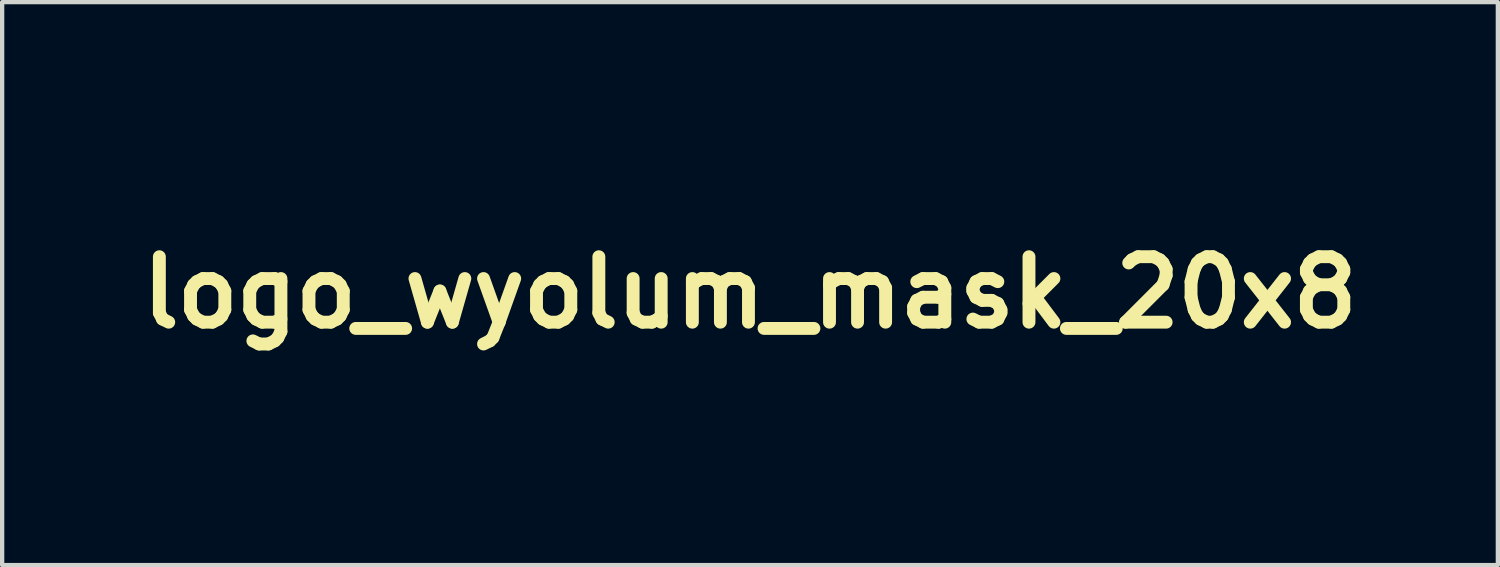
<source format=kicad_pcb>
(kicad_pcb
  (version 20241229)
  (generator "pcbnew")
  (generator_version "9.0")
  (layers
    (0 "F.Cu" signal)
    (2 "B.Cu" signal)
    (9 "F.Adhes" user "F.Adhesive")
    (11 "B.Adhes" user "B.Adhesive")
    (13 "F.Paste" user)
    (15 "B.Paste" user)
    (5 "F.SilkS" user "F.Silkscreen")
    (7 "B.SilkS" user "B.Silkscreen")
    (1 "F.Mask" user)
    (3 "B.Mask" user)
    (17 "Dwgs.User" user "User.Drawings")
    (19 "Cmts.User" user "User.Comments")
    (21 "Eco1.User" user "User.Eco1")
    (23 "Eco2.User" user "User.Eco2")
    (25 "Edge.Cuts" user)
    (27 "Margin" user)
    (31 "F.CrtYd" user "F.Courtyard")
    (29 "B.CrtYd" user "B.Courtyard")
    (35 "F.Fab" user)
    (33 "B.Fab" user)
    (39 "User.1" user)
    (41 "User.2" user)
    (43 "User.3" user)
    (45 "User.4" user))
  (footprint "logo_wyolum_mask_20x8"
    (layer "F.Cu")
    (at 14.413 3.762)
    (property "Reference" "logo_wyolum_mask_20x8" (at 0 0 0) (layer "F.SilkS") (effects (font (size 1.524 1.524) (thickness 0.3))))
    (attr through_hole)
    (fp_poly (pts (xy -2.095 -0.9) (xy -2.106 -0.889) (xy -2.117 -0.9) (xy -2.106 -0.91) (xy -2.095 -0.9)) (stroke (width 0.01) (type solid)) (fill yes) (layer "F.Mask"))
    (fp_poly (pts (xy -1.99 -0.815) (xy -2 -0.804) (xy -2.011 -0.815) (xy -2 -0.826) (xy -1.99 -0.815)) (stroke (width 0.01) (type solid)) (fill yes) (layer "F.Mask"))
    (fp_poly (pts (xy -1.926 -0.794) (xy -1.937 -0.783) (xy -1.947 -0.794) (xy -1.937 -0.804) (xy -1.926 -0.794)) (stroke (width 0.01) (type solid)) (fill yes) (layer "F.Mask"))
    (fp_poly (pts (xy -1.312 -0.794) (xy -1.323 -0.783) (xy -1.333 -0.794) (xy -1.323 -0.804) (xy -1.312 -0.794)) (stroke (width 0.01) (type solid)) (fill yes) (layer "F.Mask"))
    (fp_poly (pts (xy -1.249 -0.815) (xy -1.259 -0.804) (xy -1.27 -0.815) (xy -1.259 -0.826) (xy -1.249 -0.815)) (stroke (width 0.01) (type solid)) (fill yes) (layer "F.Mask"))
    (fp_poly (pts (xy -1.827 -0.776) (xy -1.83 -0.764) (xy -1.841 -0.762) (xy -1.859 -0.77) (xy -1.856 -0.776) (xy -1.83 -0.779) (xy -1.827 -0.776)) (stroke (width 0.01) (type solid)) (fill yes) (layer "F.Mask"))
    (fp_poly (pts (xy -1.616 -0.755) (xy -1.619 -0.742) (xy -1.63 -0.741) (xy -1.647 -0.749) (xy -1.644 -0.755) (xy -1.619 -0.757) (xy -1.616 -0.755)) (stroke (width 0.01) (type solid)) (fill yes) (layer "F.Mask"))
    (fp_poly (pts (xy -1.403 -0.775) (xy -1.409 -0.765) (xy -1.431 -0.764) (xy -1.453 -0.769) (xy -1.443 -0.776) (xy -1.41 -0.779) (xy -1.403 -0.775)) (stroke (width 0.01) (type solid)) (fill yes) (layer "F.Mask"))
    (fp_poly (pts (xy -1.15 -0.945) (xy -1.148 -0.92) (xy -1.15 -0.917) (xy -1.163 -0.92) (xy -1.164 -0.931) (xy -1.156 -0.949) (xy -1.15 -0.945)) (stroke (width 0.01) (type solid)) (fill yes) (layer "F.Mask"))
    (fp_poly (pts (xy -2.056 -0.859) (xy -2.034 -0.838) (xy -2.038 -0.826) (xy -2.041 -0.826) (xy -2.059 -0.841) (xy -2.066 -0.85) (xy -2.068 -0.864) (xy -2.056 -0.859)) (stroke (width 0.01) (type solid)) (fill yes) (layer "F.Mask"))
    (fp_poly (pts (xy 9.517 -2.661) (xy 9.51 -2.644) (xy 9.484 -2.626) (xy 9.449 -2.613) (xy 9.44 -2.625) (xy 9.457 -2.65) (xy 9.49 -2.665) (xy 9.517 -2.661)) (stroke (width 0.01) (type solid)) (fill yes) (layer "F.Mask"))
    (fp_poly (pts (xy -1.171 -0.878) (xy -1.183 -0.863) (xy -1.214 -0.83) (xy -1.227 -0.83) (xy -1.228 -0.833) (xy -1.213 -0.851) (xy -1.191 -0.871) (xy -1.166 -0.889) (xy -1.171 -0.878)) (stroke (width 0.01) (type solid)) (fill yes) (layer "F.Mask"))
    (fp_poly (pts (xy 5.241 -2.023) (xy 5.249 -2.011) (xy 5.232 -1.992) (xy 5.219 -1.99) (xy 5.183 -2.003) (xy 5.175 -2.011) (xy 5.182 -2.027) (xy 5.206 -2.032) (xy 5.241 -2.023)) (stroke (width 0.01) (type solid)) (fill yes) (layer "F.Mask"))
    (fp_poly (pts (xy 5.443 -1.786) (xy 5.45 -1.778) (xy 5.444 -1.761) (xy 5.42 -1.757) (xy 5.385 -1.765) (xy 5.376 -1.778) (xy 5.393 -1.797) (xy 5.407 -1.799) (xy 5.443 -1.786)) (stroke (width 0.01) (type solid)) (fill yes) (layer "F.Mask"))
    (fp_poly (pts (xy 5.702 -1.796) (xy 5.703 -1.776) (xy 5.672 -1.758) (xy 5.634 -1.764) (xy 5.621 -1.776) (xy 5.626 -1.799) (xy 5.636 -1.804) (xy 5.674 -1.808) (xy 5.702 -1.796)) (stroke (width 0.01) (type solid)) (fill yes) (layer "F.Mask"))
    (fp_poly (pts (xy 5.782 -1.49) (xy 5.789 -1.482) (xy 5.783 -1.465) (xy 5.759 -1.46) (xy 5.724 -1.469) (xy 5.715 -1.482) (xy 5.732 -1.501) (xy 5.746 -1.503) (xy 5.782 -1.49)) (stroke (width 0.01) (type solid)) (fill yes) (layer "F.Mask"))
    (fp_poly (pts (xy 6.057 -1.151) (xy 6.064 -1.143) (xy 6.058 -1.126) (xy 6.034 -1.122) (xy 5.999 -1.13) (xy 5.99 -1.143) (xy 6.007 -1.162) (xy 6.021 -1.164) (xy 6.057 -1.151)) (stroke (width 0.01) (type solid)) (fill yes) (layer "F.Mask"))
    (fp_poly (pts (xy 6.617 -1.156) (xy 6.625 -1.143) (xy 6.608 -1.124) (xy 6.595 -1.122) (xy 6.559 -1.135) (xy 6.551 -1.143) (xy 6.558 -1.16) (xy 6.582 -1.164) (xy 6.617 -1.156)) (stroke (width 0.01) (type solid)) (fill yes) (layer "F.Mask"))
    (fp_poly (pts (xy 6.993 -0.335) (xy 6.994 -0.316) (xy 6.963 -0.298) (xy 6.925 -0.303) (xy 6.912 -0.315) (xy 6.917 -0.338) (xy 6.927 -0.344) (xy 6.965 -0.348) (xy 6.993 -0.335)) (stroke (width 0.01) (type solid)) (fill yes) (layer "F.Mask"))
    (fp_poly (pts (xy 7.31 -0.018) (xy 7.312 0.002) (xy 7.286 0.02) (xy 7.246 0.005) (xy 7.243 0.003) (xy 7.225 -0.014) (xy 7.243 -0.026) (xy 7.282 -0.03) (xy 7.31 -0.018)) (stroke (width 0.01) (type solid)) (fill yes) (layer "F.Mask"))
    (fp_poly (pts (xy 7.717 0.199) (xy 7.726 0.212) (xy 7.709 0.231) (xy 7.695 0.233) (xy 7.659 0.22) (xy 7.652 0.212) (xy 7.658 0.195) (xy 7.682 0.191) (xy 7.717 0.199)) (stroke (width 0.01) (type solid)) (fill yes) (layer "F.Mask"))
    (fp_poly (pts (xy 7.898 -0.135) (xy 7.906 -0.127) (xy 7.899 -0.11) (xy 7.875 -0.106) (xy 7.84 -0.114) (xy 7.832 -0.127) (xy 7.849 -0.146) (xy 7.862 -0.148) (xy 7.898 -0.135)) (stroke (width 0.01) (type solid)) (fill yes) (layer "F.Mask"))
    (fp_poly (pts (xy 7.93 0.072) (xy 7.938 0.085) (xy 7.92 0.102) (xy 7.895 0.106) (xy 7.861 0.097) (xy 7.853 0.085) (xy 7.871 0.067) (xy 7.895 0.064) (xy 7.93 0.072)) (stroke (width 0.01) (type solid)) (fill yes) (layer "F.Mask"))
    (fp_poly (pts (xy 8.818 -0.461) (xy 8.822 -0.434) (xy 8.798 -0.41) (xy 8.768 -0.402) (xy 8.745 -0.405) (xy 8.752 -0.421) (xy 8.769 -0.438) (xy 8.801 -0.461) (xy 8.818 -0.461)) (stroke (width 0.01) (type solid)) (fill yes) (layer "F.Mask"))
    (fp_poly (pts (xy 9.056 -2.592) (xy 9.059 -2.582) (xy 9.042 -2.565) (xy 9.016 -2.561) (xy 8.986 -2.569) (xy 8.985 -2.582) (xy 9.016 -2.602) (xy 9.029 -2.603) (xy 9.056 -2.592)) (stroke (width 0.01) (type solid)) (fill yes) (layer "F.Mask"))
    (fp_poly (pts (xy 9.139 -2.955) (xy 9.139 -2.939) (xy 9.113 -2.911) (xy 9.092 -2.903) (xy 9.064 -2.908) (xy 9.064 -2.924) (xy 9.091 -2.952) (xy 9.111 -2.96) (xy 9.139 -2.955)) (stroke (width 0.01) (type solid)) (fill yes) (layer "F.Mask"))
    (fp_poly (pts (xy 9.299 -0.463) (xy 9.313 -0.447) (xy 9.296 -0.424) (xy 9.263 -0.412) (xy 9.242 -0.417) (xy 9.239 -0.443) (xy 9.241 -0.447) (xy 9.267 -0.463) (xy 9.299 -0.463)) (stroke (width 0.01) (type solid)) (fill yes) (layer "F.Mask"))
    (fp_poly (pts (xy 9.351 -3.412) (xy 9.356 -3.397) (xy 9.339 -3.369) (xy 9.324 -3.365) (xy 9.296 -3.376) (xy 9.292 -3.384) (xy 9.309 -3.408) (xy 9.324 -3.415) (xy 9.351 -3.412)) (stroke (width 0.01) (type solid)) (fill yes) (layer "F.Mask"))
    (fp_poly (pts (xy 9.437 -3.017) (xy 9.44 -3.008) (xy 9.423 -2.985) (xy 9.409 -2.977) (xy 9.381 -2.98) (xy 9.377 -2.996) (xy 9.394 -3.023) (xy 9.409 -3.027) (xy 9.437 -3.017)) (stroke (width 0.01) (type solid)) (fill yes) (layer "F.Mask"))
    (fp_poly (pts (xy 9.559 -2.275) (xy 9.557 -2.265) (xy 9.526 -2.246) (xy 9.512 -2.244) (xy 9.491 -2.254) (xy 9.493 -2.265) (xy 9.524 -2.284) (xy 9.538 -2.286) (xy 9.559 -2.275)) (stroke (width 0.01) (type solid)) (fill yes) (layer "F.Mask"))
    (fp_poly (pts (xy 9.672 -1.275) (xy 9.663 -1.25) (xy 9.632 -1.231) (xy 9.614 -1.228) (xy 9.591 -1.232) (xy 9.603 -1.247) (xy 9.619 -1.26) (xy 9.656 -1.281) (xy 9.672 -1.275)) (stroke (width 0.01) (type solid)) (fill yes) (layer "F.Mask"))
    (fp_poly (pts (xy 9.728 -0.667) (xy 9.726 -0.656) (xy 9.696 -0.637) (xy 9.681 -0.635) (xy 9.66 -0.646) (xy 9.663 -0.656) (xy 9.693 -0.675) (xy 9.707 -0.677) (xy 9.728 -0.667)) (stroke (width 0.01) (type solid)) (fill yes) (layer "F.Mask"))
    (fp_poly (pts (xy 9.831 -0.987) (xy 9.832 -0.974) (xy 9.801 -0.954) (xy 9.788 -0.953) (xy 9.761 -0.964) (xy 9.758 -0.974) (xy 9.776 -0.991) (xy 9.801 -0.995) (xy 9.831 -0.987)) (stroke (width 0.01) (type solid)) (fill yes) (layer "F.Mask"))
    (fp_poly (pts (xy 6.099 -1.487) (xy 6.105 -1.465) (xy 6.083 -1.452) (xy 6.048 -1.454) (xy 6.031 -1.461) (xy 6.015 -1.478) (xy 6.038 -1.493) (xy 6.04 -1.494) (xy 6.081 -1.496) (xy 6.099 -1.487)) (stroke (width 0.01) (type solid)) (fill yes) (layer "F.Mask"))
    (fp_poly (pts (xy 8.942 -2.182) (xy 8.934 -2.172) (xy 8.902 -2.144) (xy 8.878 -2.14) (xy 8.873 -2.161) (xy 8.874 -2.164) (xy 8.9 -2.19) (xy 8.923 -2.198) (xy 8.95 -2.2) (xy 8.942 -2.182)) (stroke (width 0.01) (type solid)) (fill yes) (layer "F.Mask"))
    (fp_poly (pts (xy -1.884 -1.866) (xy -1.872 -1.806) (xy -1.866 -1.74) (xy -1.866 -1.651) (xy -1.869 -1.551) (xy -1.876 -1.452) (xy -1.885 -1.364) (xy -1.895 -1.299) (xy -1.904 -1.272) (xy -1.921 -1.251) (xy -1.935 -1.267) (xy -1.941 -1.281) (xy -1.948 -1.321) (xy -1.953 -1.392) (xy -1.956 -1.484) (xy -1.956 -1.584) (xy -1.954 -1.683) (xy -1.95 -1.77) (xy -1.943 -1.832) (xy -1.94 -1.847) (xy -1.922 -1.894) (xy -1.902 -1.9) (xy -1.884 -1.866)) (stroke (width 0.01) (type solid)) (fill yes) (layer "F.Mask"))
    (fp_poly (pts (xy -7.599 0.845) (xy -7.611 0.915) (xy -7.636 1.02) (xy -7.674 1.159) (xy -7.682 1.187) (xy -7.733 1.356) (xy -7.784 1.517) (xy -7.833 1.664) (xy -7.877 1.792) (xy -7.917 1.896) (xy -7.948 1.97) (xy -7.97 2.009) (xy -7.972 2.011) (xy -7.993 2.028) (xy -7.997 2.015) (xy -7.99 1.979) (xy -7.968 1.888) (xy -7.937 1.776) (xy -7.901 1.647) (xy -7.859 1.509) (xy -7.816 1.368) (xy -7.771 1.23) (xy -7.729 1.102) (xy -7.69 0.99) (xy -7.657 0.901) (xy -7.632 0.84) (xy -7.619 0.816) (xy -7.602 0.811) (xy -7.599 0.845)) (stroke (width 0.01) (type solid)) (fill yes) (layer "F.Mask"))
    (fp_poly (pts (xy -3.452 1.456) (xy -3.46 1.492) (xy -3.477 1.547) (xy -3.509 1.629) (xy -3.553 1.732) (xy -3.605 1.851) (xy -3.663 1.978) (xy -3.724 2.108) (xy -3.785 2.234) (xy -3.842 2.35) (xy -3.894 2.451) (xy -3.937 2.529) (xy -3.968 2.579) (xy -3.981 2.594) (xy -3.996 2.593) (xy -3.99 2.559) (xy -3.965 2.486) (xy -3.926 2.388) (xy -3.877 2.272) (xy -3.821 2.144) (xy -3.76 2.01) (xy -3.699 1.878) (xy -3.638 1.753) (xy -3.583 1.642) (xy -3.535 1.552) (xy -3.499 1.488) (xy -3.478 1.46) (xy -3.456 1.443) (xy -3.452 1.456)) (stroke (width 0.01) (type solid)) (fill yes) (layer "F.Mask"))
    (fp_poly (pts (xy 7.285 0.785) (xy 7.297 0.832) (xy 7.311 0.917) (xy 7.325 1.037) (xy 7.336 1.145) (xy 7.345 1.262) (xy 7.352 1.387) (xy 7.357 1.515) (xy 7.36 1.639) (xy 7.361 1.755) (xy 7.36 1.855) (xy 7.357 1.935) (xy 7.352 1.988) (xy 7.344 2.008) (xy 7.338 2.001) (xy 7.33 1.962) (xy 7.32 1.887) (xy 7.309 1.786) (xy 7.298 1.665) (xy 7.287 1.531) (xy 7.278 1.393) (xy 7.27 1.257) (xy 7.264 1.131) (xy 7.261 1.023) (xy 7.26 0.985) (xy 7.262 0.875) (xy 7.267 0.805) (xy 7.275 0.775) (xy 7.285 0.785)) (stroke (width 0.01) (type solid)) (fill yes) (layer "F.Mask"))
    (fp_poly (pts (xy 4.522 0.557) (xy 4.526 0.581) (xy 4.53 0.641) (xy 4.534 0.732) (xy 4.539 0.848) (xy 4.542 0.982) (xy 4.544 1.095) (xy 4.547 1.276) (xy 4.546 1.447) (xy 4.544 1.604) (xy 4.539 1.743) (xy 4.533 1.859) (xy 4.526 1.949) (xy 4.517 2.008) (xy 4.507 2.032) (xy 4.499 2.025) (xy 4.494 1.995) (xy 4.49 1.929) (xy 4.487 1.834) (xy 4.484 1.715) (xy 4.482 1.579) (xy 4.48 1.431) (xy 4.479 1.278) (xy 4.479 1.126) (xy 4.48 0.98) (xy 4.481 0.846) (xy 4.483 0.732) (xy 4.485 0.642) (xy 4.489 0.582) (xy 4.493 0.559) (xy 4.518 0.554) (xy 4.522 0.557)) (stroke (width 0.01) (type solid)) (fill yes) (layer "F.Mask"))
    (fp_poly (pts (xy 5.925 0.562) (xy 5.935 0.603) (xy 5.945 0.671) (xy 5.956 0.775) (xy 5.967 0.911) (xy 5.978 1.071) (xy 5.988 1.251) (xy 5.996 1.445) (xy 6.003 1.647) (xy 6.004 1.667) (xy 6.008 1.835) (xy 6.011 1.963) (xy 6.01 2.054) (xy 6.007 2.11) (xy 6.001 2.134) (xy 5.992 2.129) (xy 5.982 2.101) (xy 5.972 2.052) (xy 5.962 1.969) (xy 5.951 1.858) (xy 5.941 1.725) (xy 5.931 1.578) (xy 5.921 1.42) (xy 5.913 1.261) (xy 5.906 1.104) (xy 5.9 0.957) (xy 5.897 0.827) (xy 5.896 0.718) (xy 5.897 0.638) (xy 5.902 0.592) (xy 5.903 0.588) (xy 5.916 0.557) (xy 5.925 0.562)) (stroke (width 0.01) (type solid)) (fill yes) (layer "F.Mask"))
    (fp_poly (pts (xy -1.438 -1.168) (xy -1.32 -1.139) (xy -1.227 -1.095) (xy -1.192 -1.067) (xy -1.164 -1.029) (xy -1.154 -0.996) (xy -1.164 -0.979) (xy -1.187 -0.985) (xy -1.195 -1.005) (xy -1.185 -1.005) (xy -1.175 -0.995) (xy -1.164 -1.005) (xy -1.175 -1.016) (xy -1.185 -1.005) (xy -1.195 -1.005) (xy -1.197 -1.011) (xy -1.193 -1.021) (xy -1.194 -1.035) (xy -1.215 -1.03) (xy -1.24 -1.027) (xy -1.236 -1.041) (xy -1.235 -1.057) (xy -1.257 -1.052) (xy -1.282 -1.048) (xy -1.278 -1.062) (xy -1.279 -1.078) (xy -1.309 -1.074) (xy -1.341 -1.072) (xy -1.341 -1.085) (xy -1.347 -1.098) (xy -1.391 -1.095) (xy -1.399 -1.093) (xy -1.443 -1.088) (xy -1.446 -1.095) (xy -1.44 -1.099) (xy -1.444 -1.109) (xy -1.489 -1.115) (xy -1.574 -1.119) (xy -1.626 -1.119) (xy -1.728 -1.117) (xy -1.796 -1.112) (xy -1.828 -1.103) (xy -1.83 -1.098) (xy -1.836 -1.087) (xy -1.875 -1.092) (xy -1.914 -1.099) (xy -1.92 -1.087) (xy -1.915 -1.079) (xy -1.912 -1.061) (xy -1.942 -1.063) (xy -1.944 -1.064) (xy -1.976 -1.066) (xy -1.976 -1.054) (xy -1.979 -1.04) (xy -1.992 -1.042) (xy -2.023 -1.033) (xy -2.06 -0.999) (xy -2.066 -0.992) (xy -2.11 -0.932) (xy -2.112 -0.996) (xy -2.112 -0.996) (xy -2.09 -0.996) (xy -2.087 -0.995) (xy -2.068 -1.01) (xy -2.064 -1.016) (xy -2.058 -1.036) (xy -2.061 -1.037) (xy -2.081 -1.022) (xy -2.085 -1.016) (xy -2.09 -0.996) (xy -2.112 -0.996) (xy -2.098 -1.058) (xy -2.066 -1.09) (xy -1.968 -1.137) (xy -1.847 -1.167) (xy -1.712 -1.183) (xy -1.572 -1.183) (xy -1.438 -1.168)) (stroke (width 0.01) (type solid)) (fill yes) (layer "F.Mask"))
    (fp_poly (pts (xy 6.501 -0.56) (xy 6.589 -0.555) (xy 6.696 -0.546) (xy 6.757 -0.541) (xy 6.905 -0.528) (xy 7.075 -0.518) (xy 7.248 -0.511) (xy 7.402 -0.508) (xy 7.414 -0.508) (xy 7.749 -0.508) (xy 8.002 -0.274) (xy 8.255 -0.039) (xy 8.26 0.166) (xy 8.264 0.318) (xy 8.264 0.435) (xy 8.262 0.523) (xy 8.256 0.59) (xy 8.245 0.641) (xy 8.23 0.684) (xy 8.216 0.714) (xy 8.187 0.767) (xy 8.16 0.793) (xy 8.119 0.802) (xy 8.059 0.803) (xy 7.973 0.797) (xy 7.874 0.783) (xy 7.821 0.773) (xy 7.701 0.746) (xy 7.612 0.721) (xy 7.545 0.695) (xy 7.488 0.663) (xy 7.432 0.62) (xy 7.399 0.592) (xy 7.319 0.526) (xy 7.223 0.453) (xy 7.131 0.387) (xy 7.124 0.382) (xy 7.045 0.322) (xy 6.952 0.241) (xy 6.851 0.146) (xy 6.748 0.043) (xy 6.651 -0.061) (xy 6.566 -0.158) (xy 6.5 -0.243) (xy 6.458 -0.307) (xy 6.455 -0.313) (xy 6.438 -0.356) (xy 6.488 -0.356) (xy 6.671 -0.331) (xy 6.756 -0.319) (xy 6.824 -0.306) (xy 6.864 -0.295) (xy 6.871 -0.291) (xy 6.902 -0.279) (xy 6.942 -0.275) (xy 6.985 -0.261) (xy 7.04 -0.225) (xy 7.097 -0.175) (xy 7.147 -0.122) (xy 7.179 -0.073) (xy 7.186 -0.039) (xy 7.16 -0.016) (xy 7.106 0.009) (xy 7.045 0.029) (xy 6.98 0.049) (xy 6.937 0.066) (xy 6.926 0.075) (xy 6.95 0.075) (xy 7.001 0.064) (xy 7.037 0.054) (xy 7.163 0.034) (xy 7.247 0.036) (xy 7.311 0.049) (xy 7.385 0.073) (xy 7.46 0.102) (xy 7.525 0.134) (xy 7.572 0.163) (xy 7.59 0.185) (xy 7.589 0.189) (xy 7.594 0.215) (xy 7.609 0.232) (xy 7.622 0.251) (xy 7.621 0.278) (xy 7.604 0.325) (xy 7.569 0.399) (xy 7.566 0.404) (xy 7.531 0.474) (xy 7.506 0.53) (xy 7.493 0.56) (xy 7.493 0.562) (xy 7.501 0.571) (xy 7.523 0.544) (xy 7.558 0.482) (xy 7.597 0.405) (xy 7.633 0.336) (xy 7.664 0.288) (xy 7.684 0.267) (xy 7.687 0.267) (xy 7.72 0.27) (xy 7.749 0.264) (xy 7.781 0.242) (xy 7.781 0.201) (xy 7.782 0.159) (xy 7.816 0.135) (xy 7.885 0.127) (xy 7.892 0.127) (xy 7.926 0.135) (xy 7.965 0.162) (xy 8.015 0.213) (xy 8.07 0.279) (xy 8.122 0.342) (xy 8.164 0.388) (xy 8.187 0.411) (xy 8.191 0.411) (xy 8.178 0.386) (xy 8.144 0.339) (xy 8.096 0.278) (xy 8.085 0.265) (xy 8.022 0.182) (xy 7.993 0.125) (xy 7.992 0.101) (xy 7.987 0.065) (xy 7.949 0.039) (xy 7.908 0.007) (xy 7.896 -0.033) (xy 7.915 -0.065) (xy 7.928 -0.072) (xy 7.966 -0.07) (xy 8.022 -0.052) (xy 8.044 -0.042) (xy 8.098 -0.017) (xy 8.136 -0.002) (xy 8.143 -0.001) (xy 8.137 -0.01) (xy 8.101 -0.032) (xy 8.075 -0.046) (xy 8.016 -0.083) (xy 7.971 -0.121) (xy 7.962 -0.131) (xy 7.925 -0.16) (xy 7.865 -0.166) (xy 7.858 -0.165) (xy 7.798 -0.152) (xy 7.775 -0.128) (xy 7.789 -0.1) (xy 7.819 -0.082) (xy 7.862 -0.048) (xy 7.872 -0.009) (xy 7.848 0.024) (xy 7.83 0.032) (xy 7.796 0.058) (xy 7.795 0.083) (xy 7.788 0.124) (xy 7.747 0.151) (xy 7.681 0.159) (xy 7.678 0.159) (xy 7.62 0.147) (xy 7.55 0.122) (xy 7.478 0.088) (xy 7.416 0.051) (xy 7.376 0.017) (xy 7.366 -0.002) (xy 7.347 -0.04) (xy 7.295 -0.061) (xy 7.263 -0.064) (xy 7.223 -0.079) (xy 7.172 -0.12) (xy 7.119 -0.173) (xy 7.075 -0.23) (xy 7.048 -0.279) (xy 7.045 -0.3) (xy 7.039 -0.344) (xy 7.024 -0.362) (xy 6.978 -0.378) (xy 6.923 -0.379) (xy 6.879 -0.368) (xy 6.867 -0.358) (xy 6.836 -0.345) (xy 6.764 -0.342) (xy 6.67 -0.345) (xy 6.488 -0.356) (xy 6.438 -0.356) (xy 6.419 -0.403) (xy 6.399 -0.48) (xy 6.398 -0.535) (xy 6.41 -0.559) (xy 6.438 -0.562) (xy 6.501 -0.56)) (stroke (width 0.01) (type solid)) (fill yes) (layer "F.Mask"))
    (fp_poly (pts (xy 4.866 -2.341) (xy 4.991 -2.302) (xy 5.151 -2.242) (xy 5.346 -2.161) (xy 5.51 -2.089) (xy 6.001 -1.87) (xy 6.805 -1.325) (xy 7.008 -1.187) (xy 7.179 -1.071) (xy 7.32 -0.974) (xy 7.434 -0.895) (xy 7.523 -0.832) (xy 7.592 -0.782) (xy 7.641 -0.744) (xy 7.674 -0.716) (xy 7.694 -0.696) (xy 7.703 -0.681) (xy 7.705 -0.674) (xy 7.685 -0.668) (xy 7.628 -0.663) (xy 7.542 -0.661) (xy 7.433 -0.66) (xy 7.306 -0.66) (xy 7.168 -0.662) (xy 7.025 -0.665) (xy 6.884 -0.67) (xy 6.75 -0.676) (xy 6.646 -0.682) (xy 6.556 -0.688) (xy 6.478 -0.694) (xy 6.41 -0.703) (xy 6.347 -0.716) (xy 6.288 -0.737) (xy 6.227 -0.768) (xy 6.162 -0.811) (xy 6.089 -0.869) (xy 6.005 -0.944) (xy 5.906 -1.038) (xy 5.788 -1.153) (xy 5.649 -1.293) (xy 5.484 -1.46) (xy 5.415 -1.53) (xy 5.272 -1.676) (xy 5.137 -1.813) (xy 5.015 -1.94) (xy 4.93 -2.028) (xy 5.106 -2.028) (xy 5.122 -2) (xy 5.162 -1.978) (xy 5.219 -1.968) (xy 5.271 -1.96) (xy 5.336 -1.937) (xy 5.405 -1.905) (xy 5.47 -1.87) (xy 5.521 -1.835) (xy 5.548 -1.806) (xy 5.547 -1.792) (xy 5.518 -1.782) (xy 5.499 -1.795) (xy 5.461 -1.813) (xy 5.406 -1.82) (xy 5.354 -1.815) (xy 5.323 -1.798) (xy 5.321 -1.765) (xy 5.348 -1.737) (xy 5.394 -1.719) (xy 5.444 -1.715) (xy 5.488 -1.73) (xy 5.496 -1.736) (xy 5.541 -1.753) (xy 5.609 -1.744) (xy 5.694 -1.712) (xy 5.787 -1.658) (xy 5.832 -1.626) (xy 5.896 -1.576) (xy 5.944 -1.533) (xy 5.968 -1.506) (xy 5.969 -1.502) (xy 5.951 -1.488) (xy 5.911 -1.482) (xy 5.866 -1.485) (xy 5.835 -1.497) (xy 5.833 -1.5) (xy 5.798 -1.523) (xy 5.744 -1.529) (xy 5.693 -1.519) (xy 5.678 -1.51) (xy 5.653 -1.487) (xy 5.661 -1.467) (xy 5.682 -1.45) (xy 5.734 -1.425) (xy 5.789 -1.42) (xy 5.828 -1.436) (xy 5.833 -1.441) (xy 5.864 -1.455) (xy 5.923 -1.451) (xy 5.924 -1.451) (xy 6 -1.439) (xy 6.08 -1.426) (xy 6.085 -1.425) (xy 6.133 -1.41) (xy 6.198 -1.378) (xy 6.272 -1.336) (xy 6.346 -1.289) (xy 6.412 -1.242) (xy 6.462 -1.201) (xy 6.486 -1.171) (xy 6.486 -1.162) (xy 6.458 -1.151) (xy 6.4 -1.145) (xy 6.323 -1.144) (xy 6.239 -1.148) (xy 6.159 -1.157) (xy 6.096 -1.17) (xy 6.086 -1.173) (xy 6.018 -1.187) (xy 5.965 -1.183) (xy 5.934 -1.162) (xy 5.932 -1.136) (xy 5.963 -1.104) (xy 6.017 -1.087) (xy 6.076 -1.089) (xy 6.105 -1.1) (xy 6.142 -1.113) (xy 6.197 -1.119) (xy 6.279 -1.12) (xy 6.395 -1.116) (xy 6.418 -1.115) (xy 6.678 -1.102) (xy 7.006 -0.964) (xy 7.133 -0.911) (xy 7.225 -0.873) (xy 7.288 -0.848) (xy 7.325 -0.834) (xy 7.342 -0.829) (xy 7.344 -0.833) (xy 7.334 -0.842) (xy 7.333 -0.843) (xy 7.307 -0.857) (xy 7.25 -0.884) (xy 7.168 -0.92) (xy 7.069 -0.963) (xy 7.017 -0.985) (xy 6.909 -1.031) (xy 6.812 -1.077) (xy 6.735 -1.117) (xy 6.685 -1.148) (xy 6.674 -1.157) (xy 6.615 -1.196) (xy 6.567 -1.206) (xy 6.527 -1.217) (xy 6.467 -1.246) (xy 6.395 -1.286) (xy 6.321 -1.333) (xy 6.253 -1.379) (xy 6.203 -1.419) (xy 6.178 -1.448) (xy 6.177 -1.452) (xy 6.159 -1.493) (xy 6.11 -1.519) (xy 6.07 -1.524) (xy 6.017 -1.536) (xy 5.951 -1.568) (xy 5.882 -1.613) (xy 5.82 -1.663) (xy 5.773 -1.711) (xy 5.752 -1.751) (xy 5.752 -1.761) (xy 5.747 -1.806) (xy 5.705 -1.833) (xy 5.634 -1.841) (xy 5.583 -1.851) (xy 5.516 -1.875) (xy 5.445 -1.908) (xy 5.38 -1.944) (xy 5.332 -1.978) (xy 5.313 -2.004) (xy 5.313 -2.005) (xy 5.294 -2.039) (xy 5.249 -2.063) (xy 5.191 -2.071) (xy 5.136 -2.061) (xy 5.124 -2.054) (xy 5.106 -2.028) (xy 4.93 -2.028) (xy 4.907 -2.051) (xy 4.818 -2.146) (xy 4.749 -2.22) (xy 4.704 -2.27) (xy 4.687 -2.293) (xy 4.686 -2.293) (xy 4.684 -2.335) (xy 4.713 -2.358) (xy 4.773 -2.36) (xy 4.866 -2.341)) (stroke (width 0.01) (type solid)) (fill yes) (layer "F.Mask"))
    (fp_poly (pts (xy 9.41 -3.755) (xy 9.492 -3.719) (xy 9.556 -3.648) (xy 9.599 -3.544) (xy 9.618 -3.433) (xy 9.634 -3.258) (xy 9.65 -3.114) (xy 9.669 -2.991) (xy 9.692 -2.877) (xy 9.721 -2.763) (xy 9.758 -2.637) (xy 9.779 -2.572) (xy 9.833 -2.394) (xy 9.869 -2.25) (xy 9.885 -2.133) (xy 9.881 -2.037) (xy 9.855 -1.958) (xy 9.806 -1.89) (xy 9.733 -1.827) (xy 9.635 -1.763) (xy 9.62 -1.754) (xy 9.407 -1.628) (xy 9.216 -1.51) (xy 9.032 -1.391) (xy 8.84 -1.261) (xy 8.689 -1.156) (xy 8.548 -1.059) (xy 8.423 -0.978) (xy 8.32 -0.916) (xy 8.242 -0.875) (xy 8.215 -0.864) (xy 8.151 -0.843) (xy 8.106 -0.829) (xy 8.092 -0.826) (xy 8.09 -0.844) (xy 8.095 -0.888) (xy 8.096 -0.894) (xy 8.102 -0.934) (xy 8.114 -1.008) (xy 8.13 -1.112) (xy 8.133 -1.132) (xy 8.312 -1.132) (xy 8.313 -1.132) (xy 8.328 -1.156) (xy 8.36 -1.213) (xy 8.406 -1.296) (xy 8.462 -1.401) (xy 8.527 -1.522) (xy 8.585 -1.633) (xy 8.653 -1.763) (xy 8.715 -1.878) (xy 8.769 -1.975) (xy 8.811 -2.049) (xy 8.838 -2.094) (xy 8.848 -2.106) (xy 8.873 -2.11) (xy 8.923 -2.129) (xy 8.972 -2.151) (xy 9.029 -2.175) (xy 9.085 -2.192) (xy 9.153 -2.202) (xy 9.243 -2.207) (xy 9.321 -2.21) (xy 9.419 -2.213) (xy 9.502 -2.219) (xy 9.561 -2.225) (xy 9.585 -2.231) (xy 9.605 -2.263) (xy 9.61 -2.29) (xy 9.604 -2.319) (xy 9.579 -2.326) (xy 9.542 -2.32) (xy 9.484 -2.302) (xy 9.442 -2.278) (xy 9.405 -2.261) (xy 9.34 -2.246) (xy 9.26 -2.235) (xy 9.177 -2.226) (xy 9.104 -2.218) (xy 9.059 -2.211) (xy 9.005 -2.214) (xy 8.971 -2.229) (xy 8.953 -2.249) (xy 8.946 -2.279) (xy 8.952 -2.33) (xy 8.961 -2.379) (xy 8.978 -2.45) (xy 8.997 -2.494) (xy 9.031 -2.524) (xy 9.081 -2.552) (xy 9.168 -2.585) (xy 9.265 -2.603) (xy 9.353 -2.604) (xy 9.406 -2.592) (xy 9.463 -2.586) (xy 9.518 -2.605) (xy 9.557 -2.642) (xy 9.564 -2.662) (xy 9.556 -2.7) (xy 9.519 -2.708) (xy 9.454 -2.687) (xy 9.419 -2.67) (xy 9.362 -2.648) (xy 9.291 -2.63) (xy 9.217 -2.619) (xy 9.155 -2.616) (xy 9.116 -2.623) (xy 9.11 -2.628) (xy 9.082 -2.643) (xy 9.06 -2.646) (xy 9.036 -2.652) (xy 9.028 -2.676) (xy 9.032 -2.731) (xy 9.032 -2.736) (xy 9.051 -2.822) (xy 9.082 -2.869) (xy 9.112 -2.879) (xy 9.144 -2.893) (xy 9.174 -2.919) (xy 9.211 -2.947) (xy 9.256 -2.966) (xy 9.295 -2.973) (xy 9.313 -2.962) (xy 9.313 -2.96) (xy 9.33 -2.944) (xy 9.371 -2.944) (xy 9.42 -2.957) (xy 9.463 -2.981) (xy 9.497 -3.02) (xy 9.497 -3.049) (xy 9.471 -3.064) (xy 9.426 -3.062) (xy 9.369 -3.041) (xy 9.345 -3.027) (xy 9.27 -2.993) (xy 9.196 -2.987) (xy 9.149 -3.002) (xy 9.138 -3.021) (xy 9.144 -3.059) (xy 9.166 -3.124) (xy 9.182 -3.165) (xy 9.217 -3.244) (xy 9.247 -3.292) (xy 9.278 -3.318) (xy 9.3 -3.326) (xy 9.363 -3.351) (xy 9.405 -3.384) (xy 9.42 -3.416) (xy 9.406 -3.44) (xy 9.36 -3.45) (xy 9.285 -3.434) (xy 9.235 -3.39) (xy 9.22 -3.344) (xy 9.206 -3.287) (xy 9.18 -3.211) (xy 9.146 -3.128) (xy 9.11 -3.05) (xy 9.077 -2.99) (xy 9.056 -2.963) (xy 9.034 -2.93) (xy 9.02 -2.87) (xy 9.013 -2.783) (xy 9.007 -2.698) (xy 8.995 -2.643) (xy 8.974 -2.609) (xy 8.964 -2.6) (xy 8.937 -2.567) (xy 8.945 -2.54) (xy 8.945 -2.54) (xy 8.956 -2.512) (xy 8.954 -2.46) (xy 8.94 -2.376) (xy 8.924 -2.305) (xy 8.912 -2.255) (xy 8.905 -2.234) (xy 8.905 -2.234) (xy 8.852 -2.205) (xy 8.815 -2.157) (xy 8.809 -2.136) (xy 8.797 -2.087) (xy 8.785 -2.064) (xy 8.769 -2.037) (xy 8.739 -1.981) (xy 8.698 -1.902) (xy 8.648 -1.806) (xy 8.592 -1.698) (xy 8.535 -1.586) (xy 8.478 -1.474) (xy 8.425 -1.368) (xy 8.379 -1.275) (xy 8.343 -1.201) (xy 8.32 -1.151) (xy 8.312 -1.132) (xy 8.133 -1.132) (xy 8.15 -1.238) (xy 8.172 -1.38) (xy 8.192 -1.511) (xy 8.219 -1.683) (xy 8.242 -1.822) (xy 8.263 -1.937) (xy 8.285 -2.036) (xy 8.309 -2.128) (xy 8.339 -2.222) (xy 8.377 -2.325) (xy 8.425 -2.448) (xy 8.485 -2.599) (xy 8.5 -2.635) (xy 8.564 -2.79) (xy 8.627 -2.925) (xy 8.694 -3.05) (xy 8.77 -3.175) (xy 8.861 -3.308) (xy 8.971 -3.46) (xy 9.029 -3.535) (xy 9.119 -3.634) (xy 9.215 -3.706) (xy 9.312 -3.749) (xy 9.4 -3.757) (xy 9.41 -3.755)) (stroke (width 0.01) (type solid)) (fill yes) (layer "F.Mask"))
    (fp_poly (pts (xy 10.004 -1.762) (xy 10.057 -1.719) (xy 10.118 -1.657) (xy 10.181 -1.585) (xy 10.238 -1.51) (xy 10.282 -1.441) (xy 10.289 -1.428) (xy 10.32 -1.361) (xy 10.34 -1.301) (xy 10.353 -1.235) (xy 10.361 -1.15) (xy 10.366 -1.064) (xy 10.368 -0.95) (xy 10.365 -0.851) (xy 10.354 -0.749) (xy 10.334 -0.63) (xy 10.321 -0.564) (xy 10.289 -0.415) (xy 10.257 -0.299) (xy 10.222 -0.206) (xy 10.178 -0.127) (xy 10.123 -0.053) (xy 10.091 -0.016) (xy 10.046 0.032) (xy 10.004 0.066) (xy 9.954 0.093) (xy 9.884 0.119) (xy 9.79 0.148) (xy 9.694 0.175) (xy 9.607 0.196) (xy 9.54 0.209) (xy 9.514 0.211) (xy 9.465 0.204) (xy 9.39 0.185) (xy 9.304 0.159) (xy 9.279 0.15) (xy 9.182 0.114) (xy 9.065 0.068) (xy 8.948 0.02) (xy 8.898 -0.001) (xy 8.791 -0.051) (xy 8.707 -0.098) (xy 8.633 -0.153) (xy 8.551 -0.226) (xy 8.527 -0.249) (xy 8.366 -0.405) (xy 8.366 -0.405) (xy 8.704 -0.405) (xy 8.722 -0.379) (xy 8.758 -0.372) (xy 8.79 -0.363) (xy 8.853 -0.336) (xy 8.941 -0.295) (xy 9.047 -0.242) (xy 9.166 -0.181) (xy 9.213 -0.156) (xy 9.333 -0.092) (xy 9.441 -0.036) (xy 9.531 0.011) (xy 9.598 0.044) (xy 9.636 0.061) (xy 9.641 0.063) (xy 9.64 0.054) (xy 9.61 0.032) (xy 9.599 0.025) (xy 9.56 0.003) (xy 9.491 -0.034) (xy 9.399 -0.084) (xy 9.291 -0.141) (xy 9.179 -0.2) (xy 9.056 -0.265) (xy 8.959 -0.32) (xy 8.889 -0.363) (xy 8.852 -0.391) (xy 8.847 -0.402) (xy 8.883 -0.412) (xy 8.943 -0.419) (xy 9.015 -0.422) (xy 9.087 -0.421) (xy 9.147 -0.416) (xy 9.182 -0.407) (xy 9.186 -0.401) (xy 9.205 -0.385) (xy 9.255 -0.387) (xy 9.309 -0.385) (xy 9.401 -0.369) (xy 9.531 -0.339) (xy 9.697 -0.295) (xy 9.702 -0.293) (xy 9.823 -0.261) (xy 9.93 -0.233) (xy 10.016 -0.211) (xy 10.076 -0.198) (xy 10.1 -0.195) (xy 10.088 -0.203) (xy 10.04 -0.219) (xy 9.962 -0.243) (xy 9.862 -0.272) (xy 9.744 -0.304) (xy 9.738 -0.306) (xy 9.618 -0.34) (xy 9.515 -0.371) (xy 9.433 -0.398) (xy 9.38 -0.419) (xy 9.362 -0.431) (xy 9.362 -0.432) (xy 9.386 -0.458) (xy 9.437 -0.495) (xy 9.504 -0.534) (xy 9.574 -0.569) (xy 9.637 -0.593) (xy 9.648 -0.597) (xy 9.699 -0.607) (xy 9.782 -0.62) (xy 9.883 -0.633) (xy 9.991 -0.646) (xy 10.255 -0.674) (xy 10.02 -0.664) (xy 9.908 -0.66) (xy 9.833 -0.662) (xy 9.789 -0.674) (xy 9.77 -0.701) (xy 9.771 -0.745) (xy 9.786 -0.81) (xy 9.788 -0.816) (xy 9.819 -0.901) (xy 9.866 -0.967) (xy 9.938 -1.02) (xy 10.042 -1.068) (xy 10.068 -1.078) (xy 10.14 -1.106) (xy 10.19 -1.128) (xy 10.211 -1.14) (xy 10.209 -1.142) (xy 10.178 -1.136) (xy 10.119 -1.118) (xy 10.045 -1.093) (xy 10.037 -1.09) (xy 9.959 -1.064) (xy 9.893 -1.045) (xy 9.852 -1.038) (xy 9.851 -1.038) (xy 9.814 -1.053) (xy 9.774 -1.092) (xy 9.737 -1.142) (xy 9.713 -1.191) (xy 9.709 -1.227) (xy 9.713 -1.234) (xy 9.734 -1.275) (xy 9.737 -1.294) (xy 9.751 -1.323) (xy 9.791 -1.372) (xy 9.849 -1.433) (xy 9.89 -1.472) (xy 9.944 -1.524) (xy 9.975 -1.555) (xy 9.978 -1.563) (xy 9.958 -1.549) (xy 9.89 -1.495) (xy 9.816 -1.43) (xy 9.783 -1.398) (xy 9.728 -1.351) (xy 9.68 -1.32) (xy 9.655 -1.312) (xy 9.613 -1.299) (xy 9.576 -1.266) (xy 9.555 -1.229) (xy 9.557 -1.206) (xy 9.587 -1.191) (xy 9.624 -1.191) (xy 9.662 -1.19) (xy 9.696 -1.165) (xy 9.73 -1.119) (xy 9.784 -1.038) (xy 9.736 -0.999) (xy 9.705 -0.959) (xy 9.708 -0.926) (xy 9.743 -0.91) (xy 9.748 -0.91) (xy 9.77 -0.906) (xy 9.778 -0.887) (xy 9.773 -0.842) (xy 9.766 -0.806) (xy 9.741 -0.749) (xy 9.688 -0.712) (xy 9.683 -0.71) (xy 9.633 -0.68) (xy 9.602 -0.645) (xy 9.601 -0.642) (xy 9.572 -0.606) (xy 9.518 -0.566) (xy 9.451 -0.53) (xy 9.386 -0.506) (xy 9.338 -0.501) (xy 9.337 -0.501) (xy 9.287 -0.499) (xy 9.24 -0.479) (xy 9.199 -0.463) (xy 9.136 -0.452) (xy 9.062 -0.445) (xy 8.99 -0.443) (xy 8.93 -0.447) (xy 8.895 -0.456) (xy 8.89 -0.463) (xy 8.873 -0.489) (xy 8.83 -0.495) (xy 8.775 -0.482) (xy 8.76 -0.475) (xy 8.717 -0.44) (xy 8.704 -0.405) (xy 8.366 -0.405) (xy 8.405 -0.587) (xy 8.424 -0.668) (xy 8.439 -0.732) (xy 8.449 -0.768) (xy 8.451 -0.773) (xy 8.512 -0.817) (xy 8.599 -0.878) (xy 8.706 -0.951) (xy 8.829 -1.034) (xy 8.963 -1.125) (xy 9.104 -1.22) (xy 9.249 -1.316) (xy 9.391 -1.41) (xy 9.527 -1.499) (xy 9.653 -1.582) (xy 9.764 -1.653) (xy 9.855 -1.711) (xy 9.922 -1.753) (xy 9.961 -1.775) (xy 9.968 -1.778) (xy 10.004 -1.762)) (stroke (width 0.01) (type solid)) (fill yes) (layer "F.Mask"))
    (fp_poly (pts (xy -5.327 -1.341) (xy -5.19 -1.3) (xy -5.14 -1.277) (xy -5.05 -1.22) (xy -4.991 -1.16) (xy -4.96 -1.09) (xy -4.955 -1.001) (xy -4.973 -0.885) (xy -4.984 -0.836) (xy -5.006 -0.726) (xy -5.015 -0.632) (xy -5.01 -0.563) (xy -5 -0.538) (xy -4.953 -0.498) (xy -4.88 -0.472) (xy -4.822 -0.466) (xy -4.706 -0.452) (xy -4.599 -0.414) (xy -4.522 -0.363) (xy -4.477 -0.311) (xy -4.43 -0.236) (xy -4.377 -0.133) (xy -4.317 0.003) (xy -4.255 0.155) (xy -4.216 0.248) (xy -4.18 0.329) (xy -4.151 0.388) (xy -4.134 0.414) (xy -4.092 0.435) (xy -4.034 0.444) (xy -4.031 0.445) (xy -3.995 0.442) (xy -3.966 0.43) (xy -3.941 0.403) (xy -3.914 0.354) (xy -3.883 0.278) (xy -3.843 0.169) (xy -3.835 0.145) (xy -3.764 -0.04) (xy -3.693 -0.187) (xy -3.622 -0.3) (xy -3.546 -0.382) (xy -3.466 -0.436) (xy -3.38 -0.462) (xy -3.27 -0.466) (xy -3.148 -0.451) (xy -3.026 -0.419) (xy -2.917 -0.374) (xy -2.83 -0.318) (xy -2.807 -0.295) (xy -2.764 -0.252) (xy -2.722 -0.229) (xy -2.674 -0.224) (xy -2.611 -0.24) (xy -2.526 -0.276) (xy -2.433 -0.323) (xy -2.267 -0.4) (xy -2.119 -0.451) (xy -1.977 -0.479) (xy -1.837 -0.487) (xy -1.712 -0.487) (xy -1.723 -0.323) (xy -1.727 -0.254) (xy -1.731 -0.151) (xy -1.736 -0.023) (xy -1.741 0.122) (xy -1.745 0.275) (xy -1.748 0.355) (xy -1.751 0.518) (xy -1.753 0.643) (xy -1.753 0.735) (xy -1.751 0.799) (xy -1.747 0.84) (xy -1.741 0.861) (xy -1.732 0.868) (xy -1.73 0.868) (xy -1.716 0.847) (xy -1.703 0.786) (xy -1.693 0.686) (xy -1.684 0.549) (xy -1.678 0.378) (xy -1.674 0.173) (xy -1.672 -0.063) (xy -1.672 -0.099) (xy -1.672 -0.487) (xy -1.614 -0.486) (xy -1.477 -0.471) (xy -1.323 -0.431) (xy -1.163 -0.371) (xy -1.009 -0.295) (xy -0.873 -0.209) (xy -0.812 -0.16) (xy -0.753 -0.111) (xy -0.705 -0.077) (xy -0.677 -0.064) (xy -0.677 -0.064) (xy -0.644 -0.073) (xy -0.591 -0.098) (xy -0.569 -0.11) (xy -0.487 -0.156) (xy -0.483 -0.39) (xy -0.481 -0.492) (xy -0.48 -0.585) (xy -0.479 -0.656) (xy -0.479 -0.688) (xy -0.477 -0.772) (xy -0.469 -0.871) (xy -0.458 -0.974) (xy -0.443 -1.068) (xy -0.428 -1.142) (xy -0.415 -1.181) (xy -0.369 -1.249) (xy -0.309 -1.298) (xy -0.228 -1.331) (xy -0.119 -1.349) (xy 0.023 -1.356) (xy 0.078 -1.356) (xy 0.186 -1.355) (xy 0.263 -1.348) (xy 0.32 -1.334) (xy 0.369 -1.307) (xy 0.422 -1.265) (xy 0.471 -1.22) (xy 0.55 -1.145) (xy 0.55 1.325) (xy 0.62 1.393) (xy 0.69 1.46) (xy 1.815 1.46) (xy 1.942 1.331) (xy 1.954 0.597) (xy 1.957 0.38) (xy 1.961 0.202) (xy 1.967 0.057) (xy 1.973 -0.058) (xy 1.982 -0.148) (xy 1.993 -0.217) (xy 2 -0.243) (xy 2.856 -0.243) (xy 2.867 -0.191) (xy 2.878 -0.125) (xy 2.882 -0.085) (xy 2.885 -0.032) (xy 2.893 -0.085) (xy 2.891 -0.148) (xy 2.879 -0.191) (xy 2.856 -0.243) (xy 2 -0.243) (xy 2.007 -0.269) (xy 2.025 -0.309) (xy 2.047 -0.341) (xy 2.072 -0.368) (xy 2.146 -0.414) (xy 2.254 -0.446) (xy 2.389 -0.461) (xy 2.545 -0.459) (xy 2.546 -0.459) (xy 2.679 -0.44) (xy 2.779 -0.398) (xy 2.853 -0.331) (xy 2.89 -0.273) (xy 2.901 -0.243) (xy 2.911 -0.193) (xy 2.921 -0.121) (xy 2.93 -0.023) (xy 2.94 0.102) (xy 2.949 0.258) (xy 2.959 0.448) (xy 2.969 0.674) (xy 2.981 0.939) (xy 2.982 0.959) (xy 2.988 1.109) (xy 2.994 1.223) (xy 3 1.307) (xy 3.008 1.366) (xy 3.017 1.407) (xy 3.029 1.436) (xy 3.042 1.457) (xy 3.1 1.507) (xy 3.17 1.516) (xy 3.25 1.485) (xy 3.253 1.483) (xy 3.316 1.422) (xy 3.342 1.361) (xy 3.348 1.319) (xy 3.355 1.241) (xy 3.363 1.134) (xy 3.371 1.003) (xy 3.379 0.855) (xy 3.386 0.696) (xy 3.386 0.677) (xy 3.396 0.43) (xy 3.406 0.222) (xy 3.418 0.049) (xy 3.433 -0.092) (xy 3.452 -0.203) (xy 3.477 -0.289) (xy 3.51 -0.353) (xy 3.553 -0.398) (xy 3.605 -0.427) (xy 3.67 -0.444) (xy 3.749 -0.452) (xy 3.842 -0.455) (xy 3.898 -0.455) (xy 4.003 -0.455) (xy 4.077 -0.452) (xy 4.128 -0.446) (xy 4.167 -0.433) (xy 4.203 -0.412) (xy 4.242 -0.385) (xy 4.332 -0.332) (xy 4.413 -0.316) (xy 4.493 -0.336) (xy 4.554 -0.37) (xy 4.596 -0.395) (xy 4.645 -0.415) (xy 4.704 -0.43) (xy 4.778 -0.443) (xy 4.873 -0.452) (xy 4.992 -0.458) (xy 5.14 -0.462) (xy 5.322 -0.464) (xy 5.509 -0.465) (xy 5.682 -0.465) (xy 5.818 -0.464) (xy 5.924 -0.462) (xy 6.005 -0.459) (xy 6.067 -0.453) (xy 6.116 -0.446) (xy 6.157 -0.436) (xy 6.196 -0.423) (xy 6.267 -0.395) (xy 6.324 -0.366) (xy 6.349 -0.348) (xy 6.35 -0.339) (xy 6.318 -0.348) (xy 6.259 -0.372) (xy 6.255 -0.374) (xy 6.212 -0.394) (xy 6.173 -0.409) (xy 6.131 -0.419) (xy 6.08 -0.427) (xy 6.013 -0.432) (xy 5.923 -0.436) (xy 5.803 -0.438) (xy 5.673 -0.44) (xy 5.432 -0.442) (xy 5.216 -0.439) (xy 5.026 -0.431) (xy 4.867 -0.42) (xy 4.741 -0.404) (xy 4.651 -0.385) (xy 4.617 -0.372) (xy 4.574 -0.346) (xy 4.557 -0.327) (xy 4.557 -0.325) (xy 4.581 -0.327) (xy 4.626 -0.345) (xy 4.639 -0.351) (xy 4.669 -0.363) (xy 4.709 -0.373) (xy 4.766 -0.381) (xy 4.844 -0.386) (xy 4.95 -0.391) (xy 5.089 -0.394) (xy 5.175 -0.396) (xy 5.641 -0.405) (xy 5.546 -0.318) (xy 5.449 -0.239) (xy 5.324 -0.148) (xy 5.181 -0.052) (xy 5.029 0.042) (xy 4.879 0.129) (xy 4.794 0.173) (xy 4.643 0.246) (xy 4.464 0.325) (xy 4.27 0.405) (xy 4.074 0.482) (xy 3.888 0.549) (xy 3.787 0.583) (xy 3.606 0.641) (xy 3.583 0.926) (xy 3.57 1.064) (xy 3.557 1.162) (xy 3.545 1.219) (xy 3.534 1.236) (xy 3.524 1.212) (xy 3.518 1.146) (xy 3.514 1.039) (xy 3.514 0.967) (xy 3.512 0.837) (xy 3.507 0.745) (xy 3.5 0.691) (xy 3.492 0.677) (xy 3.485 0.657) (xy 3.48 0.603) (xy 3.479 0.522) (xy 3.48 0.421) (xy 3.483 0.308) (xy 3.488 0.192) (xy 3.494 0.078) (xy 3.502 -0.024) (xy 3.511 -0.107) (xy 3.518 -0.147) (xy 3.535 -0.233) (xy 3.553 -0.293) (xy 3.58 -0.333) (xy 3.624 -0.36) (xy 3.692 -0.384) (xy 3.72 -0.391) (xy 4.164 -0.391) (xy 4.19 -0.364) (xy 4.194 -0.361) (xy 4.237 -0.327) (xy 4.252 -0.321) (xy 4.237 -0.343) (xy 4.223 -0.36) (xy 4.187 -0.391) (xy 4.164 -0.402) (xy 4.164 -0.391) (xy 3.72 -0.391) (xy 3.793 -0.41) (xy 3.796 -0.411) (xy 4.02 -0.411) (xy 4.05 -0.407) (xy 4.064 -0.407) (xy 4.103 -0.409) (xy 4.107 -0.415) (xy 4.101 -0.417) (xy 4.047 -0.42) (xy 4.027 -0.417) (xy 4.02 -0.411) (xy 3.796 -0.411) (xy 3.799 -0.411) (xy 3.804 -0.416) (xy 3.774 -0.416) (xy 3.727 -0.413) (xy 3.627 -0.393) (xy 3.556 -0.349) (xy 3.509 -0.274) (xy 3.495 -0.238) (xy 3.487 -0.202) (xy 3.478 -0.149) (xy 3.47 -0.075) (xy 3.461 0.023) (xy 3.452 0.148) (xy 3.441 0.305) (xy 3.43 0.494) (xy 3.418 0.721) (xy 3.408 0.909) (xy 3.398 1.076) (xy 3.388 1.205) (xy 3.376 1.304) (xy 3.361 1.377) (xy 3.341 1.429) (xy 3.315 1.467) (xy 3.283 1.496) (xy 3.261 1.509) (xy 3.174 1.542) (xy 3.093 1.538) (xy 3.028 1.501) (xy 2.985 1.432) (xy 2.975 1.393) (xy 2.972 1.354) (xy 2.966 1.279) (xy 2.96 1.174) (xy 2.952 1.045) (xy 2.945 0.897) (xy 2.937 0.737) (xy 2.935 0.699) (xy 2.906 0.074) (xy 2.903 0.45) (xy 2.901 0.593) (xy 2.898 0.698) (xy 2.893 0.77) (xy 2.886 0.814) (xy 2.876 0.835) (xy 2.872 0.838) (xy 2.842 0.845) (xy 2.779 0.86) (xy 2.69 0.881) (xy 2.583 0.904) (xy 2.517 0.918) (xy 2.191 0.988) (xy 2.173 1.113) (xy 2.159 1.2) (xy 2.144 1.244) (xy 2.13 1.247) (xy 2.117 1.208) (xy 2.108 1.144) (xy 2.098 1.073) (xy 2.086 1.034) (xy 2.067 1.018) (xy 2.05 1.016) (xy 2.036 1.015) (xy 2.025 1.007) (xy 2.018 0.989) (xy 2.013 0.954) (xy 2.011 0.897) (xy 2.011 0.812) (xy 2.012 0.696) (xy 2.014 0.561) (xy 2.015 0.427) (xy 2.015 0.309) (xy 2.014 0.213) (xy 2.011 0.144) (xy 2.007 0.109) (xy 2.006 0.106) (xy 2.001 0.126) (xy 1.998 0.183) (xy 1.995 0.273) (xy 1.992 0.388) (xy 1.99 0.525) (xy 1.99 0.678) (xy 1.99 0.715) (xy 1.99 1.325) (xy 1.909 1.403) (xy 1.829 1.482) (xy 0.664 1.482) (xy 0.597 1.412) (xy 0.561 1.371) (xy 0.54 1.334) (xy 0.531 1.284) (xy 0.529 1.209) (xy 0.529 1.195) (xy 0.528 1.118) (xy 0.525 1.012) (xy 0.52 0.889) (xy 0.515 0.763) (xy 0.513 0.741) (xy 0.498 0.434) (xy 0.484 0.624) (xy 0.477 0.739) (xy 0.472 0.871) (xy 0.468 0.996) (xy 0.468 1.021) (xy 0.466 1.116) (xy 0.463 1.177) (xy 0.455 1.212) (xy 0.442 1.229) (xy 0.421 1.237) (xy 0.418 1.237) (xy 0.366 1.245) (xy 0.276 1.254) (xy 0.155 1.264) (xy 0.007 1.275) (xy -0.162 1.286) (xy -0.346 1.297) (xy -0.542 1.307) (xy -0.743 1.317) (xy -0.945 1.326) (xy -1.141 1.334) (xy -1.194 1.336) (xy -1.883 1.347) (xy -2.596 1.337) (xy -3.323 1.304) (xy -4.05 1.25) (xy -4.424 1.214) (xy -4.541 1.201) (xy -4.645 1.188) (xy -4.729 1.176) (xy -4.783 1.166) (xy -4.797 1.163) (xy -4.823 1.143) (xy -4.852 1.098) (xy -4.888 1.023) (xy -4.934 0.914) (xy -4.943 0.89) (xy -4.999 0.755) (xy -5.05 0.656) (xy -5.098 0.589) (xy -5.149 0.549) (xy -5.206 0.531) (xy -5.239 0.529) (xy -5.29 0.534) (xy -5.32 0.545) (xy -5.321 0.546) (xy -5.31 0.555) (xy -5.269 0.555) (xy -5.257 0.554) (xy -5.181 0.56) (xy -5.143 0.582) (xy -5.118 0.619) (xy -5.083 0.69) (xy -5.038 0.789) (xy -4.987 0.912) (xy -4.932 1.053) (xy -4.874 1.205) (xy -4.816 1.363) (xy -4.76 1.521) (xy -4.708 1.674) (xy -4.661 1.816) (xy -4.623 1.94) (xy -4.595 2.042) (xy -4.58 2.116) (xy -4.578 2.13) (xy -4.573 2.198) (xy -4.581 2.242) (xy -4.605 2.279) (xy -4.628 2.303) (xy -4.697 2.352) (xy -4.787 2.378) (xy -4.795 2.379) (xy -4.952 2.414) (xy -5.072 2.468) (xy -5.157 2.544) (xy -5.208 2.64) (xy -5.209 2.645) (xy -5.219 2.735) (xy -5.206 2.845) (xy -5.173 2.963) (xy -5.126 3.075) (xy -5.067 3.17) (xy -5.018 3.224) (xy -4.924 3.277) (xy -4.804 3.308) (xy -4.667 3.315) (xy -4.522 3.299) (xy -4.379 3.259) (xy -4.302 3.226) (xy -4.222 3.181) (xy -4.147 3.126) (xy -4.076 3.058) (xy -4.007 2.973) (xy -3.937 2.867) (xy -3.864 2.738) (xy -3.787 2.581) (xy -3.702 2.395) (xy -3.609 2.174) (xy -3.514 1.939) (xy -3.449 1.775) (xy -3.396 1.647) (xy -3.354 1.549) (xy -3.319 1.478) (xy -3.289 1.43) (xy -3.262 1.4) (xy -3.235 1.384) (xy -3.204 1.377) (xy -3.169 1.376) (xy -3.168 1.377) (xy -3.12 1.386) (xy -3.077 1.417) (xy -3.033 1.475) (xy -2.983 1.566) (xy -2.972 1.588) (xy -2.845 1.813) (xy -2.701 2.003) (xy -2.537 2.158) (xy -2.349 2.282) (xy -2.295 2.31) (xy -2.101 2.384) (xy -1.889 2.423) (xy -1.664 2.428) (xy -1.435 2.398) (xy -1.321 2.37) (xy -1.224 2.338) (xy -1.136 2.299) (xy -1.048 2.246) (xy -0.95 2.175) (xy -0.833 2.079) (xy -0.829 2.076) (xy -0.756 2.015) (xy -0.694 1.966) (xy -0.65 1.935) (xy -0.633 1.926) (xy -0.6 1.935) (xy -0.554 1.956) (xy -0.517 1.98) (xy -0.487 2.015) (xy -0.458 2.069) (xy -0.425 2.152) (xy -0.413 2.185) (xy -0.379 2.256) (xy -0.335 2.318) (xy -0.317 2.336) (xy -0.29 2.356) (xy -0.26 2.371) (xy -0.219 2.382) (xy -0.158 2.39) (xy -0.072 2.396) (xy 0.049 2.403) (xy 0.057 2.403) (xy 0.154 2.407) (xy 0.285 2.409) (xy 0.444 2.411) (xy 0.622 2.411) (xy 0.813 2.411) (xy 1.009 2.409) (xy 1.152 2.407) (xy 1.933 2.395) (xy 1.988 2.325) (xy 2.063 2.236) (xy 2.127 2.183) (xy 2.19 2.163) (xy 2.261 2.174) (xy 2.347 2.216) (xy 2.379 2.234) (xy 2.497 2.301) (xy 2.599 2.348) (xy 2.699 2.378) (xy 2.812 2.396) (xy 2.952 2.406) (xy 2.974 2.407) (xy 3.096 2.41) (xy 3.191 2.408) (xy 3.272 2.4) (xy 3.354 2.384) (xy 3.404 2.372) (xy 3.58 2.327) (xy 3.727 2.374) (xy 3.811 2.399) (xy 3.877 2.41) (xy 3.945 2.409) (xy 4.027 2.399) (xy 4.159 2.37) (xy 4.257 2.324) (xy 4.263 2.321) (xy 4.323 2.285) (xy 4.374 2.269) (xy 4.428 2.275) (xy 4.499 2.303) (xy 4.551 2.329) (xy 4.671 2.375) (xy 4.799 2.402) (xy 4.928 2.409) (xy 5.052 2.398) (xy 5.162 2.37) (xy 5.252 2.326) (xy 5.315 2.267) (xy 5.342 2.206) (xy 5.345 2.189) (xy 5.348 2.164) (xy 5.352 2.128) (xy 5.356 2.077) (xy 5.361 2.009) (xy 5.367 1.919) (xy 5.374 1.803) (xy 5.383 1.659) (xy 5.394 1.483) (xy 5.407 1.27) (xy 5.419 1.069) (xy 5.429 0.904) (xy 5.439 0.775) (xy 5.448 0.678) (xy 5.457 0.606) (xy 5.469 0.555) (xy 5.483 0.519) (xy 5.5 0.493) (xy 5.52 0.472) (xy 5.589 0.431) (xy 5.657 0.428) (xy 5.718 0.46) (xy 5.765 0.523) (xy 5.789 0.603) (xy 5.792 0.644) (xy 5.796 0.721) (xy 5.801 0.83) (xy 5.805 0.965) (xy 5.81 1.121) (xy 5.815 1.291) (xy 5.819 1.459) (xy 5.836 2.23) (xy 5.908 2.291) (xy 5.987 2.35) (xy 6.067 2.387) (xy 6.16 2.407) (xy 6.28 2.413) (xy 6.291 2.413) (xy 6.425 2.409) (xy 6.525 2.395) (xy 6.596 2.368) (xy 6.648 2.324) (xy 6.685 2.258) (xy 6.706 2.201) (xy 6.713 2.163) (xy 6.72 2.089) (xy 6.729 1.982) (xy 6.737 1.849) (xy 6.746 1.695) (xy 6.755 1.525) (xy 6.763 1.357) (xy 6.773 1.119) (xy 6.784 0.92) (xy 6.794 0.761) (xy 6.804 0.643) (xy 6.813 0.566) (xy 6.821 0.533) (xy 6.867 0.478) (xy 6.932 0.445) (xy 7.001 0.442) (xy 7.028 0.451) (xy 7.06 0.47) (xy 7.086 0.492) (xy 7.107 0.523) (xy 7.123 0.567) (xy 7.136 0.63) (xy 7.147 0.714) (xy 7.155 0.826) (xy 7.163 0.969) (xy 7.171 1.148) (xy 7.174 1.228) (xy 7.186 1.495) (xy 7.197 1.722) (xy 7.209 1.909) (xy 7.221 2.058) (xy 7.234 2.172) (xy 7.247 2.25) (xy 7.261 2.296) (xy 7.267 2.305) (xy 7.327 2.348) (xy 7.427 2.381) (xy 7.562 2.403) (xy 7.717 2.411) (xy 7.842 2.4) (xy 7.947 2.366) (xy 8.033 2.312) (xy 8.133 2.234) (xy 8.125 1.573) (xy 8.123 1.412) (xy 8.123 1.267) (xy 8.123 1.143) (xy 8.125 1.044) (xy 8.127 0.975) (xy 8.13 0.941) (xy 8.132 0.939) (xy 8.136 0.966) (xy 8.14 1.03) (xy 8.143 1.125) (xy 8.147 1.247) (xy 8.15 1.388) (xy 8.152 1.545) (xy 8.152 1.597) (xy 8.158 2.229) (xy 8.058 2.319) (xy 7.992 2.374) (xy 7.934 2.405) (xy 7.865 2.421) (xy 7.839 2.425) (xy 7.698 2.434) (xy 7.563 2.428) (xy 7.44 2.407) (xy 7.337 2.375) (xy 7.261 2.332) (xy 7.219 2.28) (xy 7.219 2.279) (xy 7.211 2.239) (xy 7.202 2.162) (xy 7.192 2.051) (xy 7.182 1.912) (xy 7.171 1.749) (xy 7.161 1.567) (xy 7.151 1.37) (xy 7.142 1.163) (xy 7.136 1.013) (xy 7.129 0.846) (xy 7.122 0.717) (xy 7.111 0.62) (xy 7.097 0.552) (xy 7.078 0.507) (xy 7.052 0.481) (xy 7.019 0.469) (xy 6.977 0.466) (xy 6.902 0.484) (xy 6.849 0.537) (xy 6.828 0.593) (xy 6.824 0.626) (xy 6.819 0.696) (xy 6.813 0.798) (xy 6.806 0.926) (xy 6.799 1.077) (xy 6.791 1.244) (xy 6.784 1.404) (xy 6.775 1.609) (xy 6.768 1.775) (xy 6.761 1.909) (xy 6.754 2.013) (xy 6.747 2.093) (xy 6.739 2.154) (xy 6.73 2.198) (xy 6.721 2.232) (xy 6.713 2.251) (xy 6.679 2.319) (xy 6.643 2.367) (xy 6.596 2.399) (xy 6.531 2.417) (xy 6.439 2.427) (xy 6.341 2.431) (xy 6.214 2.432) (xy 6.118 2.425) (xy 6.041 2.405) (xy 5.971 2.371) (xy 5.898 2.317) (xy 5.874 2.297) (xy 5.81 2.244) (xy 5.796 1.9) (xy 5.792 1.766) (xy 5.788 1.603) (xy 5.784 1.426) (xy 5.782 1.25) (xy 5.78 1.101) (xy 5.778 0.92) (xy 5.774 0.777) (xy 5.767 0.667) (xy 5.756 0.586) (xy 5.741 0.528) (xy 5.721 0.49) (xy 5.696 0.467) (xy 5.691 0.464) (xy 5.625 0.45) (xy 5.559 0.471) (xy 5.516 0.514) (xy 5.501 0.55) (xy 5.488 0.616) (xy 5.474 0.713) (xy 5.461 0.844) (xy 5.448 1.011) (xy 5.434 1.216) (xy 5.42 1.461) (xy 5.418 1.492) (xy 5.406 1.7) (xy 5.395 1.869) (xy 5.385 2.004) (xy 5.375 2.109) (xy 5.364 2.187) (xy 5.352 2.244) (xy 5.339 2.282) (xy 5.324 2.306) (xy 5.323 2.307) (xy 5.246 2.363) (xy 5.131 2.401) (xy 4.981 2.421) (xy 4.889 2.424) (xy 4.791 2.422) (xy 4.719 2.416) (xy 4.66 2.403) (xy 4.597 2.379) (xy 4.543 2.353) (xy 4.398 2.282) (xy 4.268 2.352) (xy 4.198 2.387) (xy 4.139 2.408) (xy 4.076 2.419) (xy 3.992 2.422) (xy 3.958 2.423) (xy 3.844 2.418) (xy 3.736 2.406) (xy 3.665 2.39) (xy 3.6 2.373) (xy 3.549 2.367) (xy 3.495 2.374) (xy 3.42 2.393) (xy 3.411 2.395) (xy 3.293 2.419) (xy 3.15 2.432) (xy 3.035 2.434) (xy 2.859 2.427) (xy 2.71 2.404) (xy 2.575 2.361) (xy 2.438 2.295) (xy 2.388 2.266) (xy 2.314 2.225) (xy 2.248 2.194) (xy 2.204 2.18) (xy 2.199 2.18) (xy 2.156 2.197) (xy 2.095 2.247) (xy 2.04 2.302) (xy 1.928 2.424) (xy 0.853 2.424) (xy 0.61 2.423) (xy 0.406 2.423) (xy 0.237 2.422) (xy 0.1 2.421) (xy -0.01 2.419) (xy -0.095 2.417) (xy -0.16 2.413) (xy -0.208 2.409) (xy -0.243 2.403) (xy -0.268 2.396) (xy -0.286 2.388) (xy -0.29 2.387) (xy -0.357 2.339) (xy -0.406 2.275) (xy -0.445 2.182) (xy -0.457 2.143) (xy -0.499 2.046) (xy -0.556 1.988) (xy -0.625 1.968) (xy -0.66 1.982) (xy -0.717 2.018) (xy -0.784 2.07) (xy -0.816 2.097) (xy -0.959 2.212) (xy -1.091 2.298) (xy -1.224 2.361) (xy -1.315 2.392) (xy -1.461 2.425) (xy -1.63 2.445) (xy -1.804 2.451) (xy -1.963 2.441) (xy -1.984 2.438) (xy -2.175 2.391) (xy -2.362 2.305) (xy -2.54 2.185) (xy -2.703 2.034) (xy -2.847 1.858) (xy -2.967 1.66) (xy -2.995 1.603) (xy -3.047 1.502) (xy -3.094 1.438) (xy -3.142 1.407) (xy -3.194 1.403) (xy -3.208 1.406) (xy -3.23 1.414) (xy -3.251 1.43) (xy -3.273 1.457) (xy -3.298 1.5) (xy -3.329 1.564) (xy -3.368 1.652) (xy -3.416 1.769) (xy -3.477 1.919) (xy -3.513 2.009) (xy -3.618 2.265) (xy -3.713 2.484) (xy -3.801 2.669) (xy -3.884 2.822) (xy -3.963 2.949) (xy -4.041 3.051) (xy -4.121 3.133) (xy -4.203 3.198) (xy -4.287 3.247) (xy -4.452 3.309) (xy -4.623 3.34) (xy -4.79 3.337) (xy -4.859 3.324) (xy -4.981 3.274) (xy -5.082 3.189) (xy -5.161 3.07) (xy -5.216 2.92) (xy -5.241 2.794) (xy -5.247 2.692) (xy -5.231 2.613) (xy -5.19 2.541) (xy -5.173 2.52) (xy -5.117 2.464) (xy -5.052 2.423) (xy -4.967 2.391) (xy -4.851 2.364) (xy -4.835 2.36) (xy -4.754 2.343) (xy -4.687 2.324) (xy -4.647 2.308) (xy -4.644 2.306) (xy -4.613 2.264) (xy -4.6 2.204) (xy -4.607 2.12) (xy -4.632 2.006) (xy -4.667 1.888) (xy -4.696 1.799) (xy -4.738 1.678) (xy -4.79 1.534) (xy -4.848 1.375) (xy -4.909 1.207) (xy -4.972 1.041) (xy -5.031 0.882) (xy -5.086 0.74) (xy -5.105 0.692) (xy -5.146 0.629) (xy -5.202 0.59) (xy -5.263 0.577) (xy -5.319 0.593) (xy -5.353 0.631) (xy -5.363 0.659) (xy -5.384 0.724) (xy -5.413 0.819) (xy -5.45 0.939) (xy -5.492 1.081) (xy -5.539 1.238) (xy -5.576 1.366) (xy -5.627 1.537) (xy -5.677 1.702) (xy -5.725 1.854) (xy -5.768 1.986) (xy -5.806 2.094) (xy -5.834 2.171) (xy -5.848 2.201) (xy -5.893 2.284) (xy -5.938 2.343) (xy -5.991 2.383) (xy -6.06 2.407) (xy -6.154 2.419) (xy -6.279 2.423) (xy -6.322 2.424) (xy -6.58 2.424) (xy -6.655 2.351) (xy -6.713 2.278) (xy -6.769 2.171) (xy -6.804 2.087) (xy -6.836 1.998) (xy -6.876 1.879) (xy -6.921 1.738) (xy -6.968 1.584) (xy -7.014 1.427) (xy -7.057 1.277) (xy -7.094 1.143) (xy -7.114 1.062) (xy -7.147 0.974) (xy -7.193 0.908) (xy -7.247 0.872) (xy -7.271 0.868) (xy -7.3 0.872) (xy -7.326 0.887) (xy -7.351 0.916) (xy -7.378 0.964) (xy -7.408 1.036) (xy -7.443 1.134) (xy -7.484 1.263) (xy -7.534 1.428) (xy -7.557 1.503) (xy -7.603 1.657) (xy -7.648 1.805) (xy -7.69 1.939) (xy -7.726 2.052) (xy -7.755 2.139) (xy -7.773 2.189) (xy -7.815 2.277) (xy -7.867 2.342) (xy -7.934 2.387) (xy -8.024 2.415) (xy -8.143 2.43) (xy -8.282 2.434) (xy -8.42 2.428) (xy -8.525 2.407) (xy -8.605 2.365) (xy -8.667 2.298) (xy -8.719 2.201) (xy -8.743 2.141) (xy -8.773 2.054) (xy -8.811 1.935) (xy -8.856 1.787) (xy -8.906 1.616) (xy -8.96 1.425) (xy -9.018 1.218) (xy -9.078 0.999) (xy -9.139 0.773) (xy -9.199 0.544) (xy -9.259 0.316) (xy -9.317 0.094) (xy -9.371 -0.12) (xy -9.421 -0.32) (xy -9.465 -0.502) (xy -9.503 -0.663) (xy -9.533 -0.798) (xy -9.554 -0.902) (xy -9.566 -0.972) (xy -9.567 -0.986) (xy -9.53 -0.986) (xy -9.524 -0.928) (xy -9.507 -0.832) (xy -9.479 -0.701) (xy -9.443 -0.539) (xy -9.397 -0.348) (xy -9.344 -0.133) (xy -9.284 0.104) (xy -9.217 0.361) (xy -9.145 0.633) (xy -9.068 0.918) (xy -8.987 1.212) (xy -8.983 1.228) (xy -8.917 1.464) (xy -8.861 1.662) (xy -8.813 1.827) (xy -8.772 1.962) (xy -8.737 2.07) (xy -8.705 2.156) (xy -8.677 2.221) (xy -8.649 2.271) (xy -8.622 2.309) (xy -8.593 2.338) (xy -8.562 2.362) (xy -8.546 2.372) (xy -8.511 2.392) (xy -8.472 2.404) (xy -8.421 2.409) (xy -8.346 2.41) (xy -8.244 2.408) (xy -8.113 2.4) (xy -8.019 2.388) (xy -7.956 2.369) (xy -7.944 2.364) (xy -7.887 2.326) (xy -7.844 2.282) (xy -7.843 2.281) (xy -7.821 2.238) (xy -7.79 2.159) (xy -7.751 2.047) (xy -7.705 1.908) (xy -7.654 1.745) (xy -7.599 1.563) (xy -7.542 1.367) (xy -7.524 1.307) (xy -7.479 1.153) (xy -7.44 1.036) (xy -7.404 0.952) (xy -7.369 0.896) (xy -7.334 0.863) (xy -7.294 0.848) (xy -7.273 0.847) (xy -7.232 0.851) (xy -7.197 0.867) (xy -7.165 0.899) (xy -7.134 0.952) (xy -7.101 1.031) (xy -7.065 1.139) (xy -7.023 1.281) (xy -6.996 1.376) (xy -6.93 1.605) (xy -6.868 1.809) (xy -6.81 1.983) (xy -6.759 2.125) (xy -6.716 2.23) (xy -6.7 2.263) (xy -6.645 2.337) (xy -6.569 2.385) (xy -6.464 2.409) (xy -6.379 2.413) (xy -6.208 2.405) (xy -6.073 2.381) (xy -5.974 2.34) (xy -5.906 2.281) (xy -5.883 2.244) (xy -5.865 2.197) (xy -5.837 2.118) (xy -5.803 2.014) (xy -5.763 1.889) (xy -5.72 1.75) (xy -5.674 1.6) (xy -5.628 1.446) (xy -5.583 1.294) (xy -5.541 1.148) (xy -5.503 1.014) (xy -5.47 0.897) (xy -5.446 0.804) (xy -5.43 0.738) (xy -5.426 0.707) (xy -5.426 0.705) (xy -5.437 0.719) (xy -5.458 0.765) (xy -5.485 0.834) (xy -5.499 0.872) (xy -5.531 0.957) (xy -5.555 1.008) (xy -5.576 1.035) (xy -5.599 1.044) (xy -5.615 1.044) (xy -5.633 1.045) (xy -5.648 1.052) (xy -5.664 1.072) (xy -5.683 1.108) (xy -5.706 1.166) (xy -5.736 1.251) (xy -5.774 1.366) (xy -5.819 1.501) (xy -5.876 1.671) (xy -5.924 1.809) (xy -5.965 1.915) (xy -5.995 1.988) (xy -6.016 2.024) (xy -6.027 2.024) (xy -6.026 1.985) (xy -6.022 1.958) (xy -6.008 1.889) (xy -5.983 1.789) (xy -5.949 1.667) (xy -5.91 1.53) (xy -5.867 1.387) (xy -5.823 1.249) (xy -5.818 1.232) (xy -5.791 1.147) (xy -5.771 1.08) (xy -5.761 1.038) (xy -5.76 1.029) (xy -5.783 1.023) (xy -5.839 1.01) (xy -5.922 0.993) (xy -6.023 0.973) (xy -6.064 0.964) (xy -6.511 0.869) (xy -6.939 0.761) (xy -7.271 0.664) (xy -5.419 0.664) (xy -5.415 0.677) (xy -5.4 0.658) (xy -5.378 0.614) (xy -5.362 0.579) (xy -5.367 0.579) (xy -5.386 0.602) (xy -5.411 0.641) (xy -5.419 0.664) (xy -7.271 0.664) (xy -7.345 0.642) (xy -7.727 0.513) (xy -8.081 0.376) (xy -8.405 0.23) (xy -8.696 0.079) (xy -8.952 -0.078) (xy -9.169 -0.24) (xy -9.231 -0.294) (xy -9.35 -0.401) (xy -9.419 -0.678) (xy -9.453 -0.826) (xy -9.472 -0.941) (xy -9.476 -1.03) (xy -9.464 -1.098) (xy -9.437 -1.153) (xy -9.416 -1.18) (xy -9.324 -1.25) (xy -9.207 -1.296) (xy -9.081 -1.312) (xy -8.939 -1.301) (xy -8.829 -1.264) (xy -8.745 -1.2) (xy -8.682 -1.104) (xy -8.668 -1.074) (xy -8.655 -1.036) (xy -8.634 -0.967) (xy -8.607 -0.874) (xy -8.576 -0.765) (xy -8.543 -0.648) (xy -8.51 -0.531) (xy -8.48 -0.42) (xy -8.455 -0.323) (xy -8.436 -0.249) (xy -8.425 -0.205) (xy -8.424 -0.196) (xy -8.414 -0.194) (xy -8.413 -0.195) (xy -8.413 -0.219) (xy -8.423 -0.276) (xy -8.441 -0.359) (xy -8.465 -0.46) (xy -8.493 -0.57) (xy -8.523 -0.683) (xy -8.553 -0.791) (xy -8.582 -0.887) (xy -8.583 -0.89) (xy -8.631 -1.034) (xy -8.674 -1.142) (xy -8.718 -1.219) (xy -8.767 -1.271) (xy -8.829 -1.302) (xy -8.908 -1.317) (xy -9.009 -1.322) (xy -9.049 -1.323) (xy -9.212 -1.314) (xy -9.339 -1.286) (xy -9.432 -1.238) (xy -9.493 -1.167) (xy -9.524 -1.073) (xy -9.53 -0.986) (xy -9.567 -0.986) (xy -9.567 -0.995) (xy -9.553 -1.113) (xy -9.507 -1.205) (xy -9.426 -1.276) (xy -9.394 -1.295) (xy -9.341 -1.318) (xy -9.281 -1.333) (xy -9.203 -1.343) (xy -9.096 -1.349) (xy -9.081 -1.349) (xy -8.978 -1.352) (xy -8.906 -1.35) (xy -8.855 -1.343) (xy -8.814 -1.329) (xy -8.774 -1.307) (xy -8.73 -1.278) (xy -8.696 -1.242) (xy -8.665 -1.19) (xy -8.63 -1.111) (xy -8.618 -1.081) (xy -8.589 -1) (xy -8.553 -0.888) (xy -8.514 -0.759) (xy -8.476 -0.622) (xy -8.452 -0.531) (xy -8.415 -0.387) (xy -8.386 -0.278) (xy -8.362 -0.199) (xy -8.343 -0.144) (xy -8.325 -0.108) (xy -8.306 -0.085) (xy -8.285 -0.069) (xy -8.274 -0.062) (xy -8.231 -0.051) (xy -8.193 -0.072) (xy -8.191 -0.074) (xy -8.149 -0.074) (xy -8.139 -0.064) (xy -8.128 -0.074) (xy -8.139 -0.085) (xy -8.149 -0.074) (xy -8.191 -0.074) (xy -8.155 -0.099) (xy -8.132 -0.106) (xy -8.117 -0.125) (xy -8.106 -0.151) (xy -8.062 -0.151) (xy -8.059 -0.148) (xy -8.044 -0.166) (xy -8.02 -0.21) (xy -8.006 -0.238) (xy -7.985 -0.293) (xy -7.956 -0.377) (xy -7.923 -0.481) (xy -7.891 -0.592) (xy -7.887 -0.606) (xy -7.832 -0.792) (xy -7.781 -0.941) (xy -7.731 -1.057) (xy -7.679 -1.144) (xy -7.623 -1.207) (xy -7.562 -1.251) (xy -7.55 -1.257) (xy -7.515 -1.278) (xy -7.509 -1.29) (xy -7.514 -1.291) (xy -7.567 -1.276) (xy -7.631 -1.236) (xy -7.691 -1.183) (xy -7.726 -1.138) (xy -7.746 -1.097) (xy -7.775 -1.024) (xy -7.811 -0.924) (xy -7.853 -0.805) (xy -7.896 -0.674) (xy -7.909 -0.635) (xy -7.951 -0.506) (xy -7.988 -0.389) (xy -8.02 -0.292) (xy -8.044 -0.22) (xy -8.057 -0.18) (xy -8.059 -0.175) (xy -8.062 -0.151) (xy -8.106 -0.151) (xy -8.094 -0.177) (xy -8.065 -0.254) (xy -8.034 -0.348) (xy -8.032 -0.355) (xy -7.963 -0.578) (xy -7.903 -0.764) (xy -7.852 -0.917) (xy -7.805 -1.04) (xy -7.76 -1.136) (xy -7.714 -1.209) (xy -7.666 -1.262) (xy -7.613 -1.297) (xy -7.459 -1.297) (xy -7.429 -1.295) (xy -7.399 -1.298) (xy -7.403 -1.305) (xy -7.446 -1.308) (xy -7.456 -1.305) (xy -7.459 -1.297) (xy -7.613 -1.297) (xy -7.612 -1.299) (xy -7.549 -1.322) (xy -7.545 -1.323) (xy -7.303 -1.323) (xy -7.292 -1.312) (xy -7.281 -1.323) (xy -7.292 -1.333) (xy -7.303 -1.323) (xy -7.545 -1.323) (xy -7.476 -1.336) (xy -7.389 -1.344) (xy -7.286 -1.349) (xy -7.276 -1.35) (xy -7.103 -1.351) (xy -6.97 -1.336) (xy -6.876 -1.307) (xy -6.83 -1.273) (xy -6.795 -1.219) (xy -6.753 -1.129) (xy -6.704 -1.005) (xy -6.651 -0.853) (xy -6.593 -0.676) (xy -6.553 -0.544) (xy -6.516 -0.421) (xy -6.48 -0.311) (xy -6.448 -0.22) (xy -6.423 -0.156) (xy -6.407 -0.126) (xy -6.353 -0.091) (xy -6.289 -0.087) (xy -6.232 -0.113) (xy -6.212 -0.135) (xy -6.195 -0.173) (xy -6.171 -0.244) (xy -6.142 -0.338) (xy -6.111 -0.447) (xy -6.097 -0.501) (xy -6.04 -0.711) (xy -5.988 -0.884) (xy -5.94 -1.022) (xy -5.893 -1.13) (xy -5.846 -1.212) (xy -5.795 -1.271) (xy -5.739 -1.312) (xy -5.676 -1.337) (xy -5.625 -1.348) (xy -5.477 -1.357) (xy -5.327 -1.341)) (stroke (width 0.01) (type solid)) (fill yes) (layer "F.Mask")))
  (gr_rect
    (start -3 -3)
    (end 31.825 10.107)
    (stroke (width 0.1) (type default))
    (fill no)
    (layer "Edge.Cuts")))
</source>
